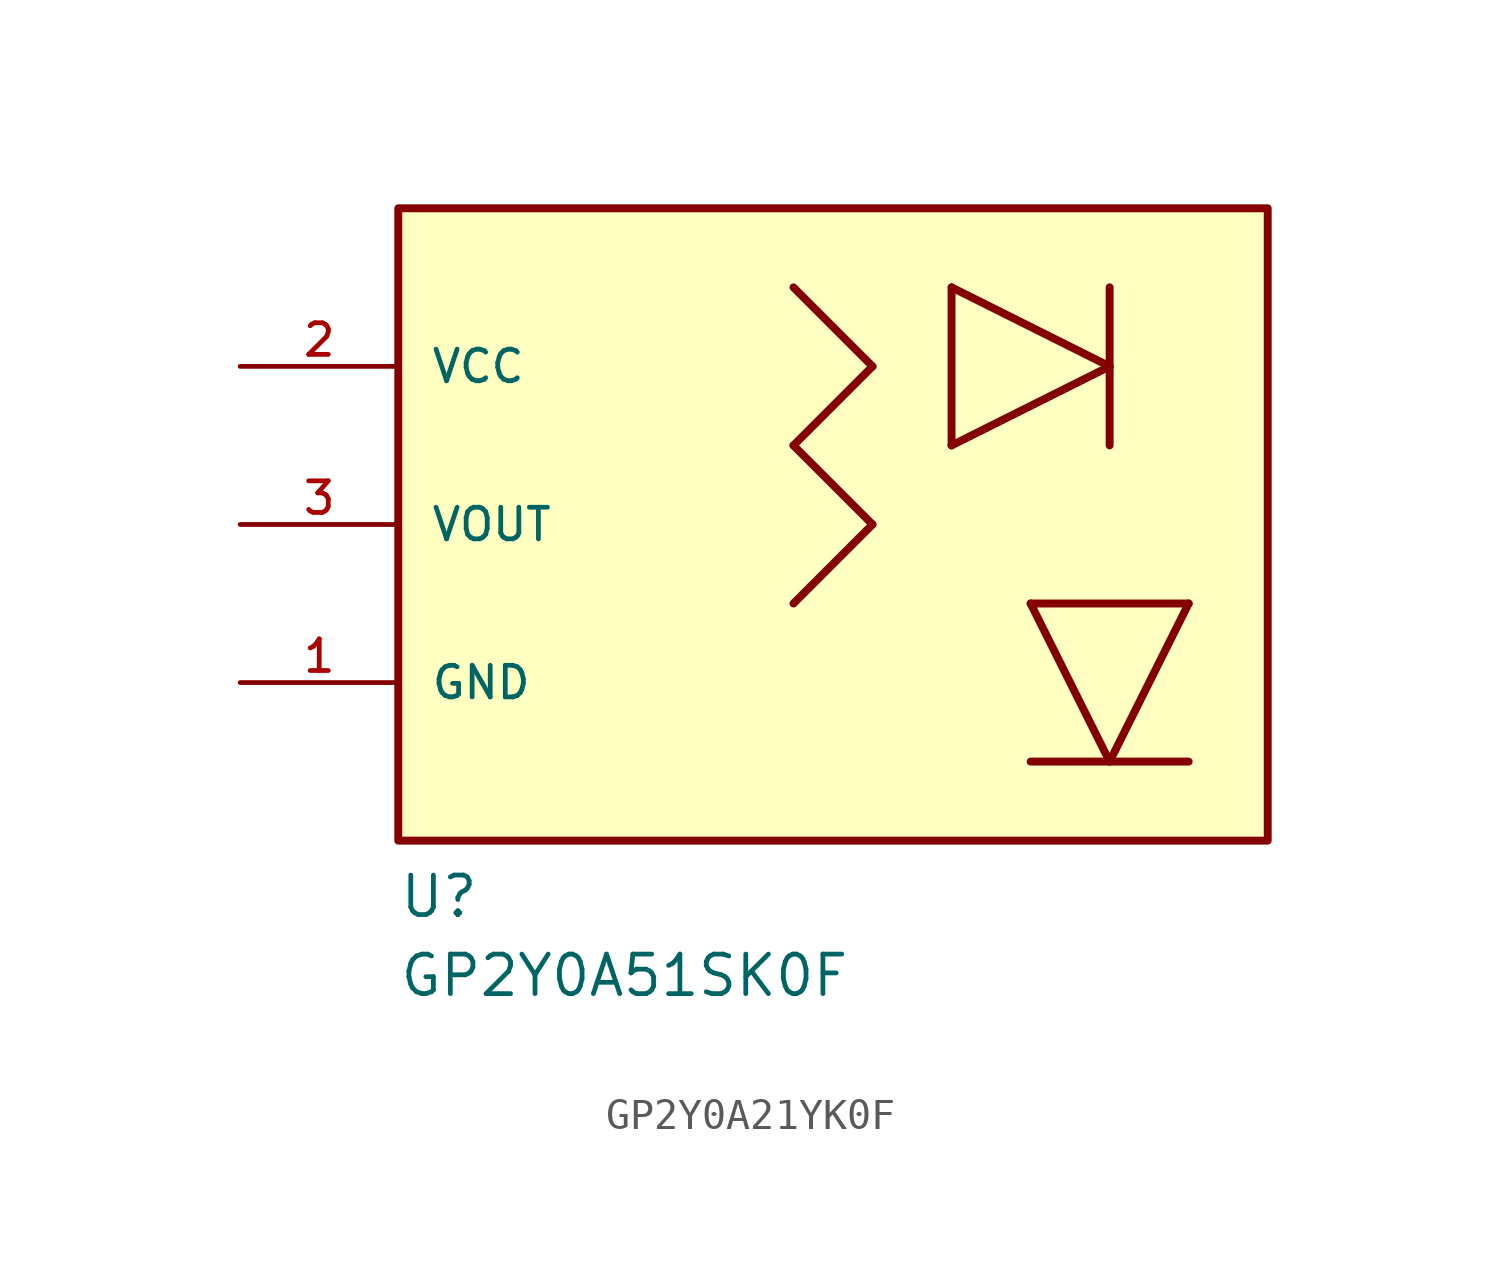
<source format=kicad_sym>
(kicad_symbol_lib
  (version 20231120)
  (generator "kicad_symbol_editor")
  (generator_version "8.0")
  (symbol "GP2Y0A21YK0F"
    (pin_names
      (offset 1.016))
    (property "Reference" "U"
      (at -12.7 0 0)
      (effects (font (size 1.27 1.27)) (justify left bottom)))
    (property "Value" "GP2Y0A51SK0F"
      (at -12.7 -2.54 0)
      (effects (font (size 1.27 1.27)) (justify left bottom)))
    (symbol "GP2Y0A21YK0F_0_0"
      (rectangle (start -12.7 2.54) (end 15.24 22.86) (stroke (width 0.254) (type default)) (fill (type background)))
      (polyline (pts (xy 0 15.24) (xy 2.54 12.7)) (stroke (width 0.254) (type default)) (fill (type none)))
      (polyline (pts (xy 0 20.32) (xy 2.54 17.78)) (stroke (width 0.254) (type default)) (fill (type none)))
      (polyline (pts (xy 2.54 12.7) (xy 0 10.16)) (stroke (width 0.254) (type default)) (fill (type none)))
      (polyline (pts (xy 2.54 17.78) (xy 0 15.24)) (stroke (width 0.254) (type default)) (fill (type none)))
      (polyline (pts (xy 5.08 15.24) (xy 10.16 17.78)) (stroke (width 0.254) (type default)) (fill (type none)))
      (polyline (pts (xy 5.08 20.32) (xy 5.08 15.24)) (stroke (width 0.254) (type default)) (fill (type none)))
      (polyline (pts (xy 7.62 5.08) (xy 12.7 5.08)) (stroke (width 0.254) (type default)) (fill (type none)))
      (polyline (pts (xy 7.62 10.16) (xy 10.16 5.08)) (stroke (width 0.254) (type default)) (fill (type none)))
      (polyline (pts (xy 10.16 5.08) (xy 12.7 10.16)) (stroke (width 0.254) (type default)) (fill (type none)))
      (polyline (pts (xy 10.16 17.78) (xy 5.08 20.32)) (stroke (width 0.254) (type default)) (fill (type none)))
      (polyline (pts (xy 10.16 20.32) (xy 10.16 15.24)) (stroke (width 0.254) (type default)) (fill (type none)))
      (polyline (pts (xy 12.7 10.16) (xy 7.62 10.16)) (stroke (width 0.254) (type default)) (fill (type none)))
      (pin bidirectional line (at -17.78 7.62 0) (length 5.08) (name "GND" (effects (font (size 1.016 1.016)))) (number "1" (effects (font (size 1.016 1.016)))))
      (pin bidirectional line (at -17.78 17.78 0) (length 5.08) (name "VCC" (effects (font (size 1.016 1.016)))) (number "2" (effects (font (size 1.016 1.016)))))
      (pin bidirectional line (at -17.78 12.7 0) (length 5.08) (name "VOUT" (effects (font (size 1.016 1.016)))) (number "3" (effects (font (size 1.016 1.016))))))))
</source>
